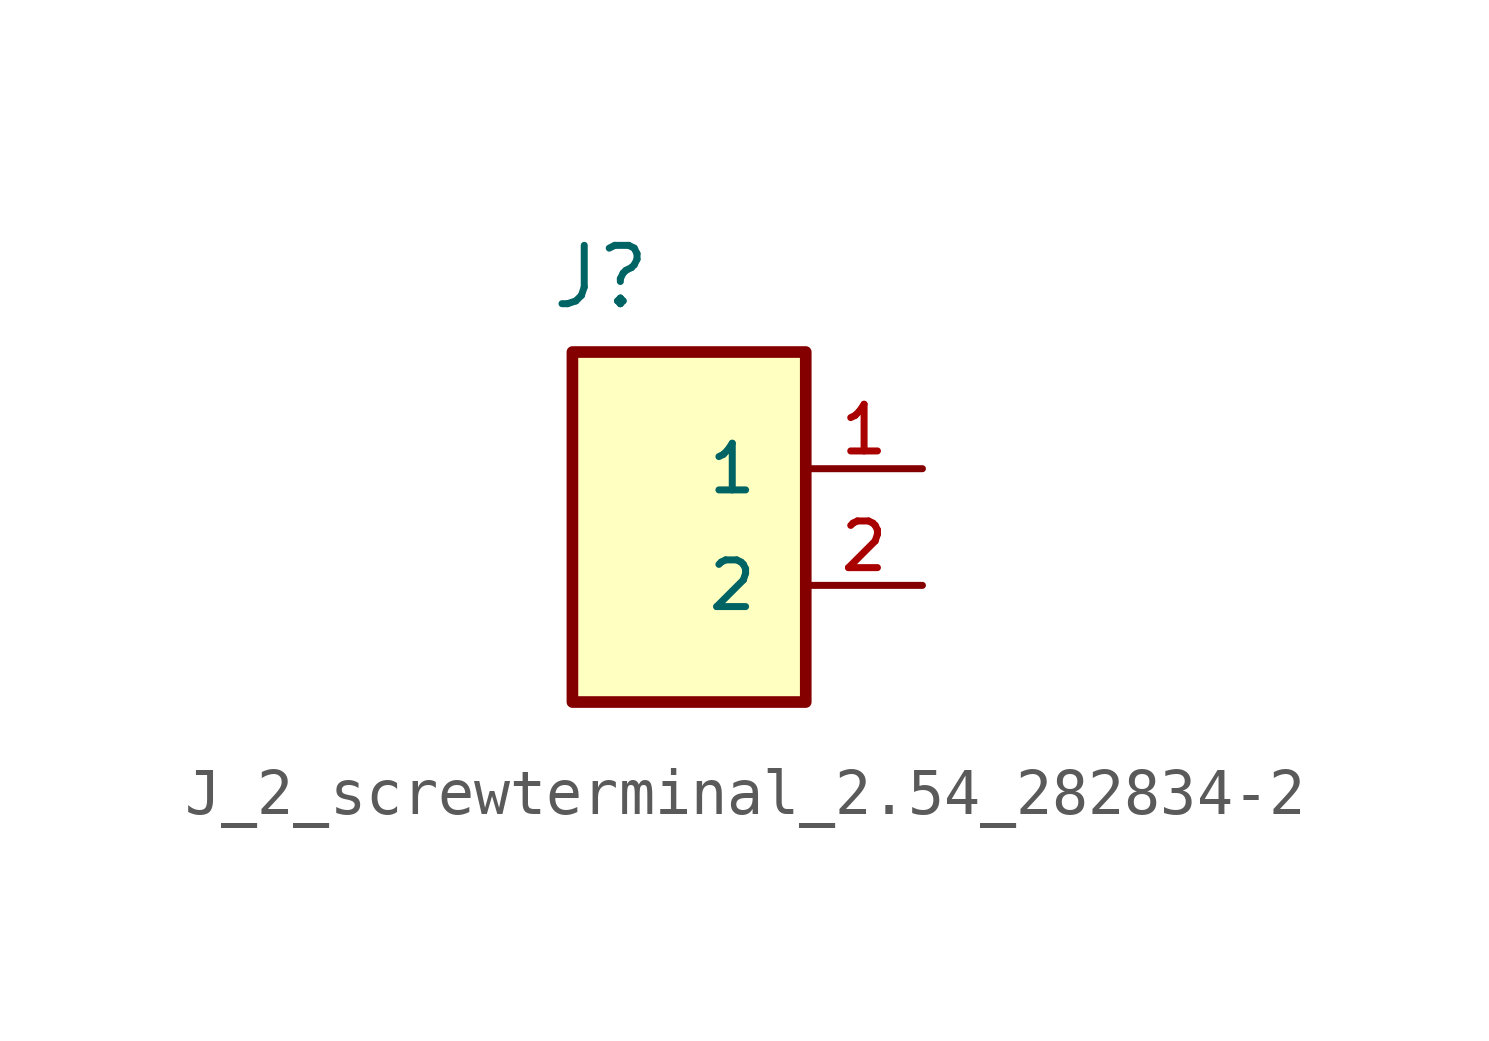
<source format=kicad_sym>
(kicad_symbol_lib
  (version 20220914)
  (generator kicad_symbol_editor)
  (symbol "J_2_screwterminal_2.54_282834-2"
    (pin_names
      (offset 1.016))
    (property "Reference" "J"
      (at -3.048 3.429 0)
      (effects (font (size 1.27 1.27)) (justify left bottom)))
    (symbol "J_2_screwterminal_2.54_282834-2_0_0"
      (rectangle (start -2.54 -5.08) (end 2.54 2.54) (stroke (width 0.254) (type solid)) (fill (type background)))
      (pin passive line (at 5.08 0 180) (length 2.54) (name "1" (effects (font (size 1.016 1.016)))) (number "1" (effects (font (size 1.016 1.016)))))
      (pin passive line (at 5.08 -2.54 180) (length 2.54) (name "2" (effects (font (size 1.016 1.016)))) (number "2" (effects (font (size 1.016 1.016))))))))
</source>
